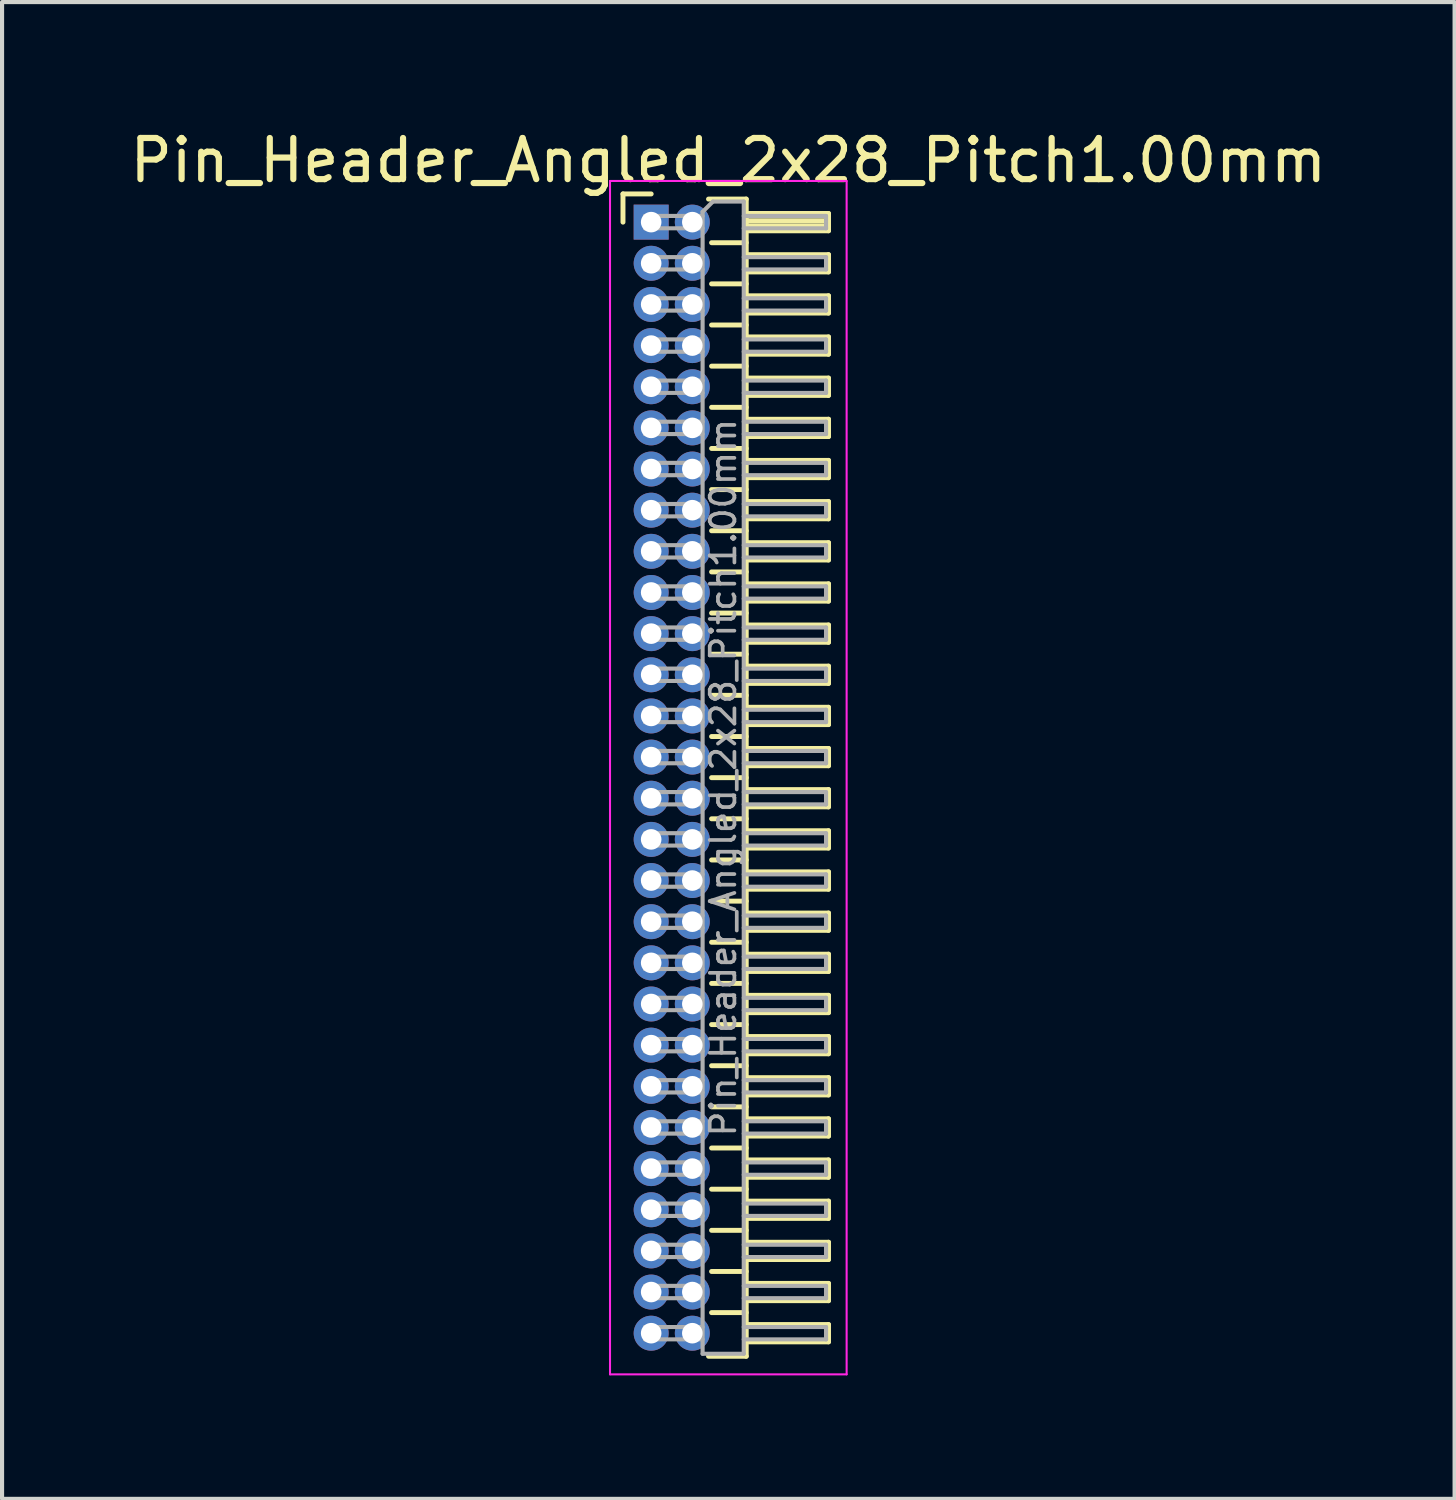
<source format=kicad_pcb>
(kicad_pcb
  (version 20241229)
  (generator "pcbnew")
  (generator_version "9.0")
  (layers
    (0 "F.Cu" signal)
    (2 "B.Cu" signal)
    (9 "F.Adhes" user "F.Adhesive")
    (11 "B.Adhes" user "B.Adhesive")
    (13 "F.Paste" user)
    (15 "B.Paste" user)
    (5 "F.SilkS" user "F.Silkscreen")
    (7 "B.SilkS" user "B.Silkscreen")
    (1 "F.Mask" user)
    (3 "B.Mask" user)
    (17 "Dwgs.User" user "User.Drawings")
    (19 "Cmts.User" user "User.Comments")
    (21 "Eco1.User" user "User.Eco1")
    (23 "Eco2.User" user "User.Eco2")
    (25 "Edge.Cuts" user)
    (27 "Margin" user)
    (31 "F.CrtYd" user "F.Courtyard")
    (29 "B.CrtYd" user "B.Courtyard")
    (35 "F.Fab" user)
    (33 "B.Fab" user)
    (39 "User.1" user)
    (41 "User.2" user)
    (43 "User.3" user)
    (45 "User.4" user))
  (footprint "Pin_Header_Angled_2x28_Pitch1.00mm"
    (layer "F.Cu")
    (at 12.774 2.348)
    (property "Reference" "Pin_Header_Angled_2x28_Pitch1.00mm" (at 1.875 -1.5 0) (layer "F.SilkS") (effects (font (size 1 1) (thickness 0.15))))
    (attr through_hole)
    (fp_line (start -0.685 -0.685) (end 0 -0.685) (stroke (width 0.12) (type solid)) (layer "F.SilkS"))
    (fp_line (start -0.685 0) (end -0.685 -0.685) (stroke (width 0.12) (type solid)) (layer "F.SilkS"))
    (fp_line (start 1.394 -0.56) (end 2.31 -0.56) (stroke (width 0.12) (type solid)) (layer "F.SilkS"))
    (fp_line (start 1.468 0.5) (end 2.31 0.5) (stroke (width 0.12) (type solid)) (layer "F.SilkS"))
    (fp_line (start 1.468 1.5) (end 2.31 1.5) (stroke (width 0.12) (type solid)) (layer "F.SilkS"))
    (fp_line (start 1.468 2.5) (end 2.31 2.5) (stroke (width 0.12) (type solid)) (layer "F.SilkS"))
    (fp_line (start 1.468 3.5) (end 2.31 3.5) (stroke (width 0.12) (type solid)) (layer "F.SilkS"))
    (fp_line (start 1.468 4.5) (end 2.31 4.5) (stroke (width 0.12) (type solid)) (layer "F.SilkS"))
    (fp_line (start 1.468 5.5) (end 2.31 5.5) (stroke (width 0.12) (type solid)) (layer "F.SilkS"))
    (fp_line (start 1.468 6.5) (end 2.31 6.5) (stroke (width 0.12) (type solid)) (layer "F.SilkS"))
    (fp_line (start 1.468 7.5) (end 2.31 7.5) (stroke (width 0.12) (type solid)) (layer "F.SilkS"))
    (fp_line (start 1.468 8.5) (end 2.31 8.5) (stroke (width 0.12) (type solid)) (layer "F.SilkS"))
    (fp_line (start 1.468 9.5) (end 2.31 9.5) (stroke (width 0.12) (type solid)) (layer "F.SilkS"))
    (fp_line (start 1.468 10.5) (end 2.31 10.5) (stroke (width 0.12) (type solid)) (layer "F.SilkS"))
    (fp_line (start 1.468 11.5) (end 2.31 11.5) (stroke (width 0.12) (type solid)) (layer "F.SilkS"))
    (fp_line (start 1.468 12.5) (end 2.31 12.5) (stroke (width 0.12) (type solid)) (layer "F.SilkS"))
    (fp_line (start 1.468 13.5) (end 2.31 13.5) (stroke (width 0.12) (type solid)) (layer "F.SilkS"))
    (fp_line (start 1.468 14.5) (end 2.31 14.5) (stroke (width 0.12) (type solid)) (layer "F.SilkS"))
    (fp_line (start 1.468 15.5) (end 2.31 15.5) (stroke (width 0.12) (type solid)) (layer "F.SilkS"))
    (fp_line (start 1.468 16.5) (end 2.31 16.5) (stroke (width 0.12) (type solid)) (layer "F.SilkS"))
    (fp_line (start 1.468 17.5) (end 2.31 17.5) (stroke (width 0.12) (type solid)) (layer "F.SilkS"))
    (fp_line (start 1.468 18.5) (end 2.31 18.5) (stroke (width 0.12) (type solid)) (layer "F.SilkS"))
    (fp_line (start 1.468 19.5) (end 2.31 19.5) (stroke (width 0.12) (type solid)) (layer "F.SilkS"))
    (fp_line (start 1.468 20.5) (end 2.31 20.5) (stroke (width 0.12) (type solid)) (layer "F.SilkS"))
    (fp_line (start 1.468 21.5) (end 2.31 21.5) (stroke (width 0.12) (type solid)) (layer "F.SilkS"))
    (fp_line (start 1.468 22.5) (end 2.31 22.5) (stroke (width 0.12) (type solid)) (layer "F.SilkS"))
    (fp_line (start 1.468 23.5) (end 2.31 23.5) (stroke (width 0.12) (type solid)) (layer "F.SilkS"))
    (fp_line (start 1.468 24.5) (end 2.31 24.5) (stroke (width 0.12) (type solid)) (layer "F.SilkS"))
    (fp_line (start 1.468 25.5) (end 2.31 25.5) (stroke (width 0.12) (type solid)) (layer "F.SilkS"))
    (fp_line (start 1.468 26.5) (end 2.31 26.5) (stroke (width 0.12) (type solid)) (layer "F.SilkS"))
    (fp_line (start 2.31 -0.56) (end 2.31 27.56) (stroke (width 0.12) (type solid)) (layer "F.SilkS"))
    (fp_line (start 2.31 -0.21) (end 4.31 -0.21) (stroke (width 0.12) (type solid)) (layer "F.SilkS"))
    (fp_line (start 2.31 -0.15) (end 4.31 -0.15) (stroke (width 0.12) (type solid)) (layer "F.SilkS"))
    (fp_line (start 2.31 -0.03) (end 4.31 -0.03) (stroke (width 0.12) (type solid)) (layer "F.SilkS"))
    (fp_line (start 2.31 0.09) (end 4.31 0.09) (stroke (width 0.12) (type solid)) (layer "F.SilkS"))
    (fp_line (start 2.31 0.79) (end 4.31 0.79) (stroke (width 0.12) (type solid)) (layer "F.SilkS"))
    (fp_line (start 2.31 1.79) (end 4.31 1.79) (stroke (width 0.12) (type solid)) (layer "F.SilkS"))
    (fp_line (start 2.31 2.79) (end 4.31 2.79) (stroke (width 0.12) (type solid)) (layer "F.SilkS"))
    (fp_line (start 2.31 3.79) (end 4.31 3.79) (stroke (width 0.12) (type solid)) (layer "F.SilkS"))
    (fp_line (start 2.31 4.79) (end 4.31 4.79) (stroke (width 0.12) (type solid)) (layer "F.SilkS"))
    (fp_line (start 2.31 5.79) (end 4.31 5.79) (stroke (width 0.12) (type solid)) (layer "F.SilkS"))
    (fp_line (start 2.31 6.79) (end 4.31 6.79) (stroke (width 0.12) (type solid)) (layer "F.SilkS"))
    (fp_line (start 2.31 7.79) (end 4.31 7.79) (stroke (width 0.12) (type solid)) (layer "F.SilkS"))
    (fp_line (start 2.31 8.79) (end 4.31 8.79) (stroke (width 0.12) (type solid)) (layer "F.SilkS"))
    (fp_line (start 2.31 9.79) (end 4.31 9.79) (stroke (width 0.12) (type solid)) (layer "F.SilkS"))
    (fp_line (start 2.31 10.79) (end 4.31 10.79) (stroke (width 0.12) (type solid)) (layer "F.SilkS"))
    (fp_line (start 2.31 11.79) (end 4.31 11.79) (stroke (width 0.12) (type solid)) (layer "F.SilkS"))
    (fp_line (start 2.31 12.79) (end 4.31 12.79) (stroke (width 0.12) (type solid)) (layer "F.SilkS"))
    (fp_line (start 2.31 13.79) (end 4.31 13.79) (stroke (width 0.12) (type solid)) (layer "F.SilkS"))
    (fp_line (start 2.31 14.79) (end 4.31 14.79) (stroke (width 0.12) (type solid)) (layer "F.SilkS"))
    (fp_line (start 2.31 15.79) (end 4.31 15.79) (stroke (width 0.12) (type solid)) (layer "F.SilkS"))
    (fp_line (start 2.31 16.79) (end 4.31 16.79) (stroke (width 0.12) (type solid)) (layer "F.SilkS"))
    (fp_line (start 2.31 17.79) (end 4.31 17.79) (stroke (width 0.12) (type solid)) (layer "F.SilkS"))
    (fp_line (start 2.31 18.79) (end 4.31 18.79) (stroke (width 0.12) (type solid)) (layer "F.SilkS"))
    (fp_line (start 2.31 19.79) (end 4.31 19.79) (stroke (width 0.12) (type solid)) (layer "F.SilkS"))
    (fp_line (start 2.31 20.79) (end 4.31 20.79) (stroke (width 0.12) (type solid)) (layer "F.SilkS"))
    (fp_line (start 2.31 21.79) (end 4.31 21.79) (stroke (width 0.12) (type solid)) (layer "F.SilkS"))
    (fp_line (start 2.31 22.79) (end 4.31 22.79) (stroke (width 0.12) (type solid)) (layer "F.SilkS"))
    (fp_line (start 2.31 23.79) (end 4.31 23.79) (stroke (width 0.12) (type solid)) (layer "F.SilkS"))
    (fp_line (start 2.31 24.79) (end 4.31 24.79) (stroke (width 0.12) (type solid)) (layer "F.SilkS"))
    (fp_line (start 2.31 25.79) (end 4.31 25.79) (stroke (width 0.12) (type solid)) (layer "F.SilkS"))
    (fp_line (start 2.31 26.79) (end 4.31 26.79) (stroke (width 0.12) (type solid)) (layer "F.SilkS"))
    (fp_line (start 2.31 27.56) (end 1.394 27.56) (stroke (width 0.12) (type solid)) (layer "F.SilkS"))
    (fp_line (start 4.31 -0.21) (end 4.31 0.21) (stroke (width 0.12) (type solid)) (layer "F.SilkS"))
    (fp_line (start 4.31 0.21) (end 2.31 0.21) (stroke (width 0.12) (type solid)) (layer "F.SilkS"))
    (fp_line (start 4.31 0.79) (end 4.31 1.21) (stroke (width 0.12) (type solid)) (layer "F.SilkS"))
    (fp_line (start 4.31 1.21) (end 2.31 1.21) (stroke (width 0.12) (type solid)) (layer "F.SilkS"))
    (fp_line (start 4.31 1.79) (end 4.31 2.21) (stroke (width 0.12) (type solid)) (layer "F.SilkS"))
    (fp_line (start 4.31 2.21) (end 2.31 2.21) (stroke (width 0.12) (type solid)) (layer "F.SilkS"))
    (fp_line (start 4.31 2.79) (end 4.31 3.21) (stroke (width 0.12) (type solid)) (layer "F.SilkS"))
    (fp_line (start 4.31 3.21) (end 2.31 3.21) (stroke (width 0.12) (type solid)) (layer "F.SilkS"))
    (fp_line (start 4.31 3.79) (end 4.31 4.21) (stroke (width 0.12) (type solid)) (layer "F.SilkS"))
    (fp_line (start 4.31 4.21) (end 2.31 4.21) (stroke (width 0.12) (type solid)) (layer "F.SilkS"))
    (fp_line (start 4.31 4.79) (end 4.31 5.21) (stroke (width 0.12) (type solid)) (layer "F.SilkS"))
    (fp_line (start 4.31 5.21) (end 2.31 5.21) (stroke (width 0.12) (type solid)) (layer "F.SilkS"))
    (fp_line (start 4.31 5.79) (end 4.31 6.21) (stroke (width 0.12) (type solid)) (layer "F.SilkS"))
    (fp_line (start 4.31 6.21) (end 2.31 6.21) (stroke (width 0.12) (type solid)) (layer "F.SilkS"))
    (fp_line (start 4.31 6.79) (end 4.31 7.21) (stroke (width 0.12) (type solid)) (layer "F.SilkS"))
    (fp_line (start 4.31 7.21) (end 2.31 7.21) (stroke (width 0.12) (type solid)) (layer "F.SilkS"))
    (fp_line (start 4.31 7.79) (end 4.31 8.21) (stroke (width 0.12) (type solid)) (layer "F.SilkS"))
    (fp_line (start 4.31 8.21) (end 2.31 8.21) (stroke (width 0.12) (type solid)) (layer "F.SilkS"))
    (fp_line (start 4.31 8.79) (end 4.31 9.21) (stroke (width 0.12) (type solid)) (layer "F.SilkS"))
    (fp_line (start 4.31 9.21) (end 2.31 9.21) (stroke (width 0.12) (type solid)) (layer "F.SilkS"))
    (fp_line (start 4.31 9.79) (end 4.31 10.21) (stroke (width 0.12) (type solid)) (layer "F.SilkS"))
    (fp_line (start 4.31 10.21) (end 2.31 10.21) (stroke (width 0.12) (type solid)) (layer "F.SilkS"))
    (fp_line (start 4.31 10.79) (end 4.31 11.21) (stroke (width 0.12) (type solid)) (layer "F.SilkS"))
    (fp_line (start 4.31 11.21) (end 2.31 11.21) (stroke (width 0.12) (type solid)) (layer "F.SilkS"))
    (fp_line (start 4.31 11.79) (end 4.31 12.21) (stroke (width 0.12) (type solid)) (layer "F.SilkS"))
    (fp_line (start 4.31 12.21) (end 2.31 12.21) (stroke (width 0.12) (type solid)) (layer "F.SilkS"))
    (fp_line (start 4.31 12.79) (end 4.31 13.21) (stroke (width 0.12) (type solid)) (layer "F.SilkS"))
    (fp_line (start 4.31 13.21) (end 2.31 13.21) (stroke (width 0.12) (type solid)) (layer "F.SilkS"))
    (fp_line (start 4.31 13.79) (end 4.31 14.21) (stroke (width 0.12) (type solid)) (layer "F.SilkS"))
    (fp_line (start 4.31 14.21) (end 2.31 14.21) (stroke (width 0.12) (type solid)) (layer "F.SilkS"))
    (fp_line (start 4.31 14.79) (end 4.31 15.21) (stroke (width 0.12) (type solid)) (layer "F.SilkS"))
    (fp_line (start 4.31 15.21) (end 2.31 15.21) (stroke (width 0.12) (type solid)) (layer "F.SilkS"))
    (fp_line (start 4.31 15.79) (end 4.31 16.21) (stroke (width 0.12) (type solid)) (layer "F.SilkS"))
    (fp_line (start 4.31 16.21) (end 2.31 16.21) (stroke (width 0.12) (type solid)) (layer "F.SilkS"))
    (fp_line (start 4.31 16.79) (end 4.31 17.21) (stroke (width 0.12) (type solid)) (layer "F.SilkS"))
    (fp_line (start 4.31 17.21) (end 2.31 17.21) (stroke (width 0.12) (type solid)) (layer "F.SilkS"))
    (fp_line (start 4.31 17.79) (end 4.31 18.21) (stroke (width 0.12) (type solid)) (layer "F.SilkS"))
    (fp_line (start 4.31 18.21) (end 2.31 18.21) (stroke (width 0.12) (type solid)) (layer "F.SilkS"))
    (fp_line (start 4.31 18.79) (end 4.31 19.21) (stroke (width 0.12) (type solid)) (layer "F.SilkS"))
    (fp_line (start 4.31 19.21) (end 2.31 19.21) (stroke (width 0.12) (type solid)) (layer "F.SilkS"))
    (fp_line (start 4.31 19.79) (end 4.31 20.21) (stroke (width 0.12) (type solid)) (layer "F.SilkS"))
    (fp_line (start 4.31 20.21) (end 2.31 20.21) (stroke (width 0.12) (type solid)) (layer "F.SilkS"))
    (fp_line (start 4.31 20.79) (end 4.31 21.21) (stroke (width 0.12) (type solid)) (layer "F.SilkS"))
    (fp_line (start 4.31 21.21) (end 2.31 21.21) (stroke (width 0.12) (type solid)) (layer "F.SilkS"))
    (fp_line (start 4.31 21.79) (end 4.31 22.21) (stroke (width 0.12) (type solid)) (layer "F.SilkS"))
    (fp_line (start 4.31 22.21) (end 2.31 22.21) (stroke (width 0.12) (type solid)) (layer "F.SilkS"))
    (fp_line (start 4.31 22.79) (end 4.31 23.21) (stroke (width 0.12) (type solid)) (layer "F.SilkS"))
    (fp_line (start 4.31 23.21) (end 2.31 23.21) (stroke (width 0.12) (type solid)) (layer "F.SilkS"))
    (fp_line (start 4.31 23.79) (end 4.31 24.21) (stroke (width 0.12) (type solid)) (layer "F.SilkS"))
    (fp_line (start 4.31 24.21) (end 2.31 24.21) (stroke (width 0.12) (type solid)) (layer "F.SilkS"))
    (fp_line (start 4.31 24.79) (end 4.31 25.21) (stroke (width 0.12) (type solid)) (layer "F.SilkS"))
    (fp_line (start 4.31 25.21) (end 2.31 25.21) (stroke (width 0.12) (type solid)) (layer "F.SilkS"))
    (fp_line (start 4.31 25.79) (end 4.31 26.21) (stroke (width 0.12) (type solid)) (layer "F.SilkS"))
    (fp_line (start 4.31 26.21) (end 2.31 26.21) (stroke (width 0.12) (type solid)) (layer "F.SilkS"))
    (fp_line (start 4.31 26.79) (end 4.31 27.21) (stroke (width 0.12) (type solid)) (layer "F.SilkS"))
    (fp_line (start 4.31 27.21) (end 2.31 27.21) (stroke (width 0.12) (type solid)) (layer "F.SilkS"))
    (fp_line (start -1 -1) (end -1 28) (stroke (width 0.05) (type solid)) (layer "F.CrtYd"))
    (fp_line (start -1 28) (end 4.75 28) (stroke (width 0.05) (type solid)) (layer "F.CrtYd"))
    (fp_line (start 4.75 -1) (end -1 -1) (stroke (width 0.05) (type solid)) (layer "F.CrtYd"))
    (fp_line (start 4.75 28) (end 4.75 -1) (stroke (width 0.05) (type solid)) (layer "F.CrtYd"))
    (fp_line (start -0.15 -0.15) (end -0.15 0.15) (stroke (width 0.1) (type solid)) (layer "F.Fab"))
    (fp_line (start -0.15 -0.15) (end 1.25 -0.15) (stroke (width 0.1) (type solid)) (layer "F.Fab"))
    (fp_line (start -0.15 0.15) (end 1.25 0.15) (stroke (width 0.1) (type solid)) (layer "F.Fab"))
    (fp_line (start -0.15 0.85) (end -0.15 1.15) (stroke (width 0.1) (type solid)) (layer "F.Fab"))
    (fp_line (start -0.15 0.85) (end 1.25 0.85) (stroke (width 0.1) (type solid)) (layer "F.Fab"))
    (fp_line (start -0.15 1.15) (end 1.25 1.15) (stroke (width 0.1) (type solid)) (layer "F.Fab"))
    (fp_line (start -0.15 1.85) (end -0.15 2.15) (stroke (width 0.1) (type solid)) (layer "F.Fab"))
    (fp_line (start -0.15 1.85) (end 1.25 1.85) (stroke (width 0.1) (type solid)) (layer "F.Fab"))
    (fp_line (start -0.15 2.15) (end 1.25 2.15) (stroke (width 0.1) (type solid)) (layer "F.Fab"))
    (fp_line (start -0.15 2.85) (end -0.15 3.15) (stroke (width 0.1) (type solid)) (layer "F.Fab"))
    (fp_line (start -0.15 2.85) (end 1.25 2.85) (stroke (width 0.1) (type solid)) (layer "F.Fab"))
    (fp_line (start -0.15 3.15) (end 1.25 3.15) (stroke (width 0.1) (type solid)) (layer "F.Fab"))
    (fp_line (start -0.15 3.85) (end -0.15 4.15) (stroke (width 0.1) (type solid)) (layer "F.Fab"))
    (fp_line (start -0.15 3.85) (end 1.25 3.85) (stroke (width 0.1) (type solid)) (layer "F.Fab"))
    (fp_line (start -0.15 4.15) (end 1.25 4.15) (stroke (width 0.1) (type solid)) (layer "F.Fab"))
    (fp_line (start -0.15 4.85) (end -0.15 5.15) (stroke (width 0.1) (type solid)) (layer "F.Fab"))
    (fp_line (start -0.15 4.85) (end 1.25 4.85) (stroke (width 0.1) (type solid)) (layer "F.Fab"))
    (fp_line (start -0.15 5.15) (end 1.25 5.15) (stroke (width 0.1) (type solid)) (layer "F.Fab"))
    (fp_line (start -0.15 5.85) (end -0.15 6.15) (stroke (width 0.1) (type solid)) (layer "F.Fab"))
    (fp_line (start -0.15 5.85) (end 1.25 5.85) (stroke (width 0.1) (type solid)) (layer "F.Fab"))
    (fp_line (start -0.15 6.15) (end 1.25 6.15) (stroke (width 0.1) (type solid)) (layer "F.Fab"))
    (fp_line (start -0.15 6.85) (end -0.15 7.15) (stroke (width 0.1) (type solid)) (layer "F.Fab"))
    (fp_line (start -0.15 6.85) (end 1.25 6.85) (stroke (width 0.1) (type solid)) (layer "F.Fab"))
    (fp_line (start -0.15 7.15) (end 1.25 7.15) (stroke (width 0.1) (type solid)) (layer "F.Fab"))
    (fp_line (start -0.15 7.85) (end -0.15 8.15) (stroke (width 0.1) (type solid)) (layer "F.Fab"))
    (fp_line (start -0.15 7.85) (end 1.25 7.85) (stroke (width 0.1) (type solid)) (layer "F.Fab"))
    (fp_line (start -0.15 8.15) (end 1.25 8.15) (stroke (width 0.1) (type solid)) (layer "F.Fab"))
    (fp_line (start -0.15 8.85) (end -0.15 9.15) (stroke (width 0.1) (type solid)) (layer "F.Fab"))
    (fp_line (start -0.15 8.85) (end 1.25 8.85) (stroke (width 0.1) (type solid)) (layer "F.Fab"))
    (fp_line (start -0.15 9.15) (end 1.25 9.15) (stroke (width 0.1) (type solid)) (layer "F.Fab"))
    (fp_line (start -0.15 9.85) (end -0.15 10.15) (stroke (width 0.1) (type solid)) (layer "F.Fab"))
    (fp_line (start -0.15 9.85) (end 1.25 9.85) (stroke (width 0.1) (type solid)) (layer "F.Fab"))
    (fp_line (start -0.15 10.15) (end 1.25 10.15) (stroke (width 0.1) (type solid)) (layer "F.Fab"))
    (fp_line (start -0.15 10.85) (end -0.15 11.15) (stroke (width 0.1) (type solid)) (layer "F.Fab"))
    (fp_line (start -0.15 10.85) (end 1.25 10.85) (stroke (width 0.1) (type solid)) (layer "F.Fab"))
    (fp_line (start -0.15 11.15) (end 1.25 11.15) (stroke (width 0.1) (type solid)) (layer "F.Fab"))
    (fp_line (start -0.15 11.85) (end -0.15 12.15) (stroke (width 0.1) (type solid)) (layer "F.Fab"))
    (fp_line (start -0.15 11.85) (end 1.25 11.85) (stroke (width 0.1) (type solid)) (layer "F.Fab"))
    (fp_line (start -0.15 12.15) (end 1.25 12.15) (stroke (width 0.1) (type solid)) (layer "F.Fab"))
    (fp_line (start -0.15 12.85) (end -0.15 13.15) (stroke (width 0.1) (type solid)) (layer "F.Fab"))
    (fp_line (start -0.15 12.85) (end 1.25 12.85) (stroke (width 0.1) (type solid)) (layer "F.Fab"))
    (fp_line (start -0.15 13.15) (end 1.25 13.15) (stroke (width 0.1) (type solid)) (layer "F.Fab"))
    (fp_line (start -0.15 13.85) (end -0.15 14.15) (stroke (width 0.1) (type solid)) (layer "F.Fab"))
    (fp_line (start -0.15 13.85) (end 1.25 13.85) (stroke (width 0.1) (type solid)) (layer "F.Fab"))
    (fp_line (start -0.15 14.15) (end 1.25 14.15) (stroke (width 0.1) (type solid)) (layer "F.Fab"))
    (fp_line (start -0.15 14.85) (end -0.15 15.15) (stroke (width 0.1) (type solid)) (layer "F.Fab"))
    (fp_line (start -0.15 14.85) (end 1.25 14.85) (stroke (width 0.1) (type solid)) (layer "F.Fab"))
    (fp_line (start -0.15 15.15) (end 1.25 15.15) (stroke (width 0.1) (type solid)) (layer "F.Fab"))
    (fp_line (start -0.15 15.85) (end -0.15 16.15) (stroke (width 0.1) (type solid)) (layer "F.Fab"))
    (fp_line (start -0.15 15.85) (end 1.25 15.85) (stroke (width 0.1) (type solid)) (layer "F.Fab"))
    (fp_line (start -0.15 16.15) (end 1.25 16.15) (stroke (width 0.1) (type solid)) (layer "F.Fab"))
    (fp_line (start -0.15 16.85) (end -0.15 17.15) (stroke (width 0.1) (type solid)) (layer "F.Fab"))
    (fp_line (start -0.15 16.85) (end 1.25 16.85) (stroke (width 0.1) (type solid)) (layer "F.Fab"))
    (fp_line (start -0.15 17.15) (end 1.25 17.15) (stroke (width 0.1) (type solid)) (layer "F.Fab"))
    (fp_line (start -0.15 17.85) (end -0.15 18.15) (stroke (width 0.1) (type solid)) (layer "F.Fab"))
    (fp_line (start -0.15 17.85) (end 1.25 17.85) (stroke (width 0.1) (type solid)) (layer "F.Fab"))
    (fp_line (start -0.15 18.15) (end 1.25 18.15) (stroke (width 0.1) (type solid)) (layer "F.Fab"))
    (fp_line (start -0.15 18.85) (end -0.15 19.15) (stroke (width 0.1) (type solid)) (layer "F.Fab"))
    (fp_line (start -0.15 18.85) (end 1.25 18.85) (stroke (width 0.1) (type solid)) (layer "F.Fab"))
    (fp_line (start -0.15 19.15) (end 1.25 19.15) (stroke (width 0.1) (type solid)) (layer "F.Fab"))
    (fp_line (start -0.15 19.85) (end -0.15 20.15) (stroke (width 0.1) (type solid)) (layer "F.Fab"))
    (fp_line (start -0.15 19.85) (end 1.25 19.85) (stroke (width 0.1) (type solid)) (layer "F.Fab"))
    (fp_line (start -0.15 20.15) (end 1.25 20.15) (stroke (width 0.1) (type solid)) (layer "F.Fab"))
    (fp_line (start -0.15 20.85) (end -0.15 21.15) (stroke (width 0.1) (type solid)) (layer "F.Fab"))
    (fp_line (start -0.15 20.85) (end 1.25 20.85) (stroke (width 0.1) (type solid)) (layer "F.Fab"))
    (fp_line (start -0.15 21.15) (end 1.25 21.15) (stroke (width 0.1) (type solid)) (layer "F.Fab"))
    (fp_line (start -0.15 21.85) (end -0.15 22.15) (stroke (width 0.1) (type solid)) (layer "F.Fab"))
    (fp_line (start -0.15 21.85) (end 1.25 21.85) (stroke (width 0.1) (type solid)) (layer "F.Fab"))
    (fp_line (start -0.15 22.15) (end 1.25 22.15) (stroke (width 0.1) (type solid)) (layer "F.Fab"))
    (fp_line (start -0.15 22.85) (end -0.15 23.15) (stroke (width 0.1) (type solid)) (layer "F.Fab"))
    (fp_line (start -0.15 22.85) (end 1.25 22.85) (stroke (width 0.1) (type solid)) (layer "F.Fab"))
    (fp_line (start -0.15 23.15) (end 1.25 23.15) (stroke (width 0.1) (type solid)) (layer "F.Fab"))
    (fp_line (start -0.15 23.85) (end -0.15 24.15) (stroke (width 0.1) (type solid)) (layer "F.Fab"))
    (fp_line (start -0.15 23.85) (end 1.25 23.85) (stroke (width 0.1) (type solid)) (layer "F.Fab"))
    (fp_line (start -0.15 24.15) (end 1.25 24.15) (stroke (width 0.1) (type solid)) (layer "F.Fab"))
    (fp_line (start -0.15 24.85) (end -0.15 25.15) (stroke (width 0.1) (type solid)) (layer "F.Fab"))
    (fp_line (start -0.15 24.85) (end 1.25 24.85) (stroke (width 0.1) (type solid)) (layer "F.Fab"))
    (fp_line (start -0.15 25.15) (end 1.25 25.15) (stroke (width 0.1) (type solid)) (layer "F.Fab"))
    (fp_line (start -0.15 25.85) (end -0.15 26.15) (stroke (width 0.1) (type solid)) (layer "F.Fab"))
    (fp_line (start -0.15 25.85) (end 1.25 25.85) (stroke (width 0.1) (type solid)) (layer "F.Fab"))
    (fp_line (start -0.15 26.15) (end 1.25 26.15) (stroke (width 0.1) (type solid)) (layer "F.Fab"))
    (fp_line (start -0.15 26.85) (end -0.15 27.15) (stroke (width 0.1) (type solid)) (layer "F.Fab"))
    (fp_line (start -0.15 26.85) (end 1.25 26.85) (stroke (width 0.1) (type solid)) (layer "F.Fab"))
    (fp_line (start -0.15 27.15) (end 1.25 27.15) (stroke (width 0.1) (type solid)) (layer "F.Fab"))
    (fp_line (start 1.25 -0.25) (end 1.5 -0.5) (stroke (width 0.1) (type solid)) (layer "F.Fab"))
    (fp_line (start 1.25 27.5) (end 1.25 -0.25) (stroke (width 0.1) (type solid)) (layer "F.Fab"))
    (fp_line (start 1.5 -0.5) (end 2.25 -0.5) (stroke (width 0.1) (type solid)) (layer "F.Fab"))
    (fp_line (start 2.25 -0.5) (end 2.25 27.5) (stroke (width 0.1) (type solid)) (layer "F.Fab"))
    (fp_line (start 2.25 -0.15) (end 4.25 -0.15) (stroke (width 0.1) (type solid)) (layer "F.Fab"))
    (fp_line (start 2.25 0.15) (end 4.25 0.15) (stroke (width 0.1) (type solid)) (layer "F.Fab"))
    (fp_line (start 2.25 0.85) (end 4.25 0.85) (stroke (width 0.1) (type solid)) (layer "F.Fab"))
    (fp_line (start 2.25 1.15) (end 4.25 1.15) (stroke (width 0.1) (type solid)) (layer "F.Fab"))
    (fp_line (start 2.25 1.85) (end 4.25 1.85) (stroke (width 0.1) (type solid)) (layer "F.Fab"))
    (fp_line (start 2.25 2.15) (end 4.25 2.15) (stroke (width 0.1) (type solid)) (layer "F.Fab"))
    (fp_line (start 2.25 2.85) (end 4.25 2.85) (stroke (width 0.1) (type solid)) (layer "F.Fab"))
    (fp_line (start 2.25 3.15) (end 4.25 3.15) (stroke (width 0.1) (type solid)) (layer "F.Fab"))
    (fp_line (start 2.25 3.85) (end 4.25 3.85) (stroke (width 0.1) (type solid)) (layer "F.Fab"))
    (fp_line (start 2.25 4.15) (end 4.25 4.15) (stroke (width 0.1) (type solid)) (layer "F.Fab"))
    (fp_line (start 2.25 4.85) (end 4.25 4.85) (stroke (width 0.1) (type solid)) (layer "F.Fab"))
    (fp_line (start 2.25 5.15) (end 4.25 5.15) (stroke (width 0.1) (type solid)) (layer "F.Fab"))
    (fp_line (start 2.25 5.85) (end 4.25 5.85) (stroke (width 0.1) (type solid)) (layer "F.Fab"))
    (fp_line (start 2.25 6.15) (end 4.25 6.15) (stroke (width 0.1) (type solid)) (layer "F.Fab"))
    (fp_line (start 2.25 6.85) (end 4.25 6.85) (stroke (width 0.1) (type solid)) (layer "F.Fab"))
    (fp_line (start 2.25 7.15) (end 4.25 7.15) (stroke (width 0.1) (type solid)) (layer "F.Fab"))
    (fp_line (start 2.25 7.85) (end 4.25 7.85) (stroke (width 0.1) (type solid)) (layer "F.Fab"))
    (fp_line (start 2.25 8.15) (end 4.25 8.15) (stroke (width 0.1) (type solid)) (layer "F.Fab"))
    (fp_line (start 2.25 8.85) (end 4.25 8.85) (stroke (width 0.1) (type solid)) (layer "F.Fab"))
    (fp_line (start 2.25 9.15) (end 4.25 9.15) (stroke (width 0.1) (type solid)) (layer "F.Fab"))
    (fp_line (start 2.25 9.85) (end 4.25 9.85) (stroke (width 0.1) (type solid)) (layer "F.Fab"))
    (fp_line (start 2.25 10.15) (end 4.25 10.15) (stroke (width 0.1) (type solid)) (layer "F.Fab"))
    (fp_line (start 2.25 10.85) (end 4.25 10.85) (stroke (width 0.1) (type solid)) (layer "F.Fab"))
    (fp_line (start 2.25 11.15) (end 4.25 11.15) (stroke (width 0.1) (type solid)) (layer "F.Fab"))
    (fp_line (start 2.25 11.85) (end 4.25 11.85) (stroke (width 0.1) (type solid)) (layer "F.Fab"))
    (fp_line (start 2.25 12.15) (end 4.25 12.15) (stroke (width 0.1) (type solid)) (layer "F.Fab"))
    (fp_line (start 2.25 12.85) (end 4.25 12.85) (stroke (width 0.1) (type solid)) (layer "F.Fab"))
    (fp_line (start 2.25 13.15) (end 4.25 13.15) (stroke (width 0.1) (type solid)) (layer "F.Fab"))
    (fp_line (start 2.25 13.85) (end 4.25 13.85) (stroke (width 0.1) (type solid)) (layer "F.Fab"))
    (fp_line (start 2.25 14.15) (end 4.25 14.15) (stroke (width 0.1) (type solid)) (layer "F.Fab"))
    (fp_line (start 2.25 14.85) (end 4.25 14.85) (stroke (width 0.1) (type solid)) (layer "F.Fab"))
    (fp_line (start 2.25 15.15) (end 4.25 15.15) (stroke (width 0.1) (type solid)) (layer "F.Fab"))
    (fp_line (start 2.25 15.85) (end 4.25 15.85) (stroke (width 0.1) (type solid)) (layer "F.Fab"))
    (fp_line (start 2.25 16.15) (end 4.25 16.15) (stroke (width 0.1) (type solid)) (layer "F.Fab"))
    (fp_line (start 2.25 16.85) (end 4.25 16.85) (stroke (width 0.1) (type solid)) (layer "F.Fab"))
    (fp_line (start 2.25 17.15) (end 4.25 17.15) (stroke (width 0.1) (type solid)) (layer "F.Fab"))
    (fp_line (start 2.25 17.85) (end 4.25 17.85) (stroke (width 0.1) (type solid)) (layer "F.Fab"))
    (fp_line (start 2.25 18.15) (end 4.25 18.15) (stroke (width 0.1) (type solid)) (layer "F.Fab"))
    (fp_line (start 2.25 18.85) (end 4.25 18.85) (stroke (width 0.1) (type solid)) (layer "F.Fab"))
    (fp_line (start 2.25 19.15) (end 4.25 19.15) (stroke (width 0.1) (type solid)) (layer "F.Fab"))
    (fp_line (start 2.25 19.85) (end 4.25 19.85) (stroke (width 0.1) (type solid)) (layer "F.Fab"))
    (fp_line (start 2.25 20.15) (end 4.25 20.15) (stroke (width 0.1) (type solid)) (layer "F.Fab"))
    (fp_line (start 2.25 20.85) (end 4.25 20.85) (stroke (width 0.1) (type solid)) (layer "F.Fab"))
    (fp_line (start 2.25 21.15) (end 4.25 21.15) (stroke (width 0.1) (type solid)) (layer "F.Fab"))
    (fp_line (start 2.25 21.85) (end 4.25 21.85) (stroke (width 0.1) (type solid)) (layer "F.Fab"))
    (fp_line (start 2.25 22.15) (end 4.25 22.15) (stroke (width 0.1) (type solid)) (layer "F.Fab"))
    (fp_line (start 2.25 22.85) (end 4.25 22.85) (stroke (width 0.1) (type solid)) (layer "F.Fab"))
    (fp_line (start 2.25 23.15) (end 4.25 23.15) (stroke (width 0.1) (type solid)) (layer "F.Fab"))
    (fp_line (start 2.25 23.85) (end 4.25 23.85) (stroke (width 0.1) (type solid)) (layer "F.Fab"))
    (fp_line (start 2.25 24.15) (end 4.25 24.15) (stroke (width 0.1) (type solid)) (layer "F.Fab"))
    (fp_line (start 2.25 24.85) (end 4.25 24.85) (stroke (width 0.1) (type solid)) (layer "F.Fab"))
    (fp_line (start 2.25 25.15) (end 4.25 25.15) (stroke (width 0.1) (type solid)) (layer "F.Fab"))
    (fp_line (start 2.25 25.85) (end 4.25 25.85) (stroke (width 0.1) (type solid)) (layer "F.Fab"))
    (fp_line (start 2.25 26.15) (end 4.25 26.15) (stroke (width 0.1) (type solid)) (layer "F.Fab"))
    (fp_line (start 2.25 26.85) (end 4.25 26.85) (stroke (width 0.1) (type solid)) (layer "F.Fab"))
    (fp_line (start 2.25 27.15) (end 4.25 27.15) (stroke (width 0.1) (type solid)) (layer "F.Fab"))
    (fp_line (start 2.25 27.5) (end 1.25 27.5) (stroke (width 0.1) (type solid)) (layer "F.Fab"))
    (fp_line (start 4.25 -0.15) (end 4.25 0.15) (stroke (width 0.1) (type solid)) (layer "F.Fab"))
    (fp_line (start 4.25 0.85) (end 4.25 1.15) (stroke (width 0.1) (type solid)) (layer "F.Fab"))
    (fp_line (start 4.25 1.85) (end 4.25 2.15) (stroke (width 0.1) (type solid)) (layer "F.Fab"))
    (fp_line (start 4.25 2.85) (end 4.25 3.15) (stroke (width 0.1) (type solid)) (layer "F.Fab"))
    (fp_line (start 4.25 3.85) (end 4.25 4.15) (stroke (width 0.1) (type solid)) (layer "F.Fab"))
    (fp_line (start 4.25 4.85) (end 4.25 5.15) (stroke (width 0.1) (type solid)) (layer "F.Fab"))
    (fp_line (start 4.25 5.85) (end 4.25 6.15) (stroke (width 0.1) (type solid)) (layer "F.Fab"))
    (fp_line (start 4.25 6.85) (end 4.25 7.15) (stroke (width 0.1) (type solid)) (layer "F.Fab"))
    (fp_line (start 4.25 7.85) (end 4.25 8.15) (stroke (width 0.1) (type solid)) (layer "F.Fab"))
    (fp_line (start 4.25 8.85) (end 4.25 9.15) (stroke (width 0.1) (type solid)) (layer "F.Fab"))
    (fp_line (start 4.25 9.85) (end 4.25 10.15) (stroke (width 0.1) (type solid)) (layer "F.Fab"))
    (fp_line (start 4.25 10.85) (end 4.25 11.15) (stroke (width 0.1) (type solid)) (layer "F.Fab"))
    (fp_line (start 4.25 11.85) (end 4.25 12.15) (stroke (width 0.1) (type solid)) (layer "F.Fab"))
    (fp_line (start 4.25 12.85) (end 4.25 13.15) (stroke (width 0.1) (type solid)) (layer "F.Fab"))
    (fp_line (start 4.25 13.85) (end 4.25 14.15) (stroke (width 0.1) (type solid)) (layer "F.Fab"))
    (fp_line (start 4.25 14.85) (end 4.25 15.15) (stroke (width 0.1) (type solid)) (layer "F.Fab"))
    (fp_line (start 4.25 15.85) (end 4.25 16.15) (stroke (width 0.1) (type solid)) (layer "F.Fab"))
    (fp_line (start 4.25 16.85) (end 4.25 17.15) (stroke (width 0.1) (type solid)) (layer "F.Fab"))
    (fp_line (start 4.25 17.85) (end 4.25 18.15) (stroke (width 0.1) (type solid)) (layer "F.Fab"))
    (fp_line (start 4.25 18.85) (end 4.25 19.15) (stroke (width 0.1) (type solid)) (layer "F.Fab"))
    (fp_line (start 4.25 19.85) (end 4.25 20.15) (stroke (width 0.1) (type solid)) (layer "F.Fab"))
    (fp_line (start 4.25 20.85) (end 4.25 21.15) (stroke (width 0.1) (type solid)) (layer "F.Fab"))
    (fp_line (start 4.25 21.85) (end 4.25 22.15) (stroke (width 0.1) (type solid)) (layer "F.Fab"))
    (fp_line (start 4.25 22.85) (end 4.25 23.15) (stroke (width 0.1) (type solid)) (layer "F.Fab"))
    (fp_line (start 4.25 23.85) (end 4.25 24.15) (stroke (width 0.1) (type solid)) (layer "F.Fab"))
    (fp_line (start 4.25 24.85) (end 4.25 25.15) (stroke (width 0.1) (type solid)) (layer "F.Fab"))
    (fp_line (start 4.25 25.85) (end 4.25 26.15) (stroke (width 0.1) (type solid)) (layer "F.Fab"))
    (fp_line (start 4.25 26.85) (end 4.25 27.15) (stroke (width 0.1) (type solid)) (layer "F.Fab"))
    (fp_text user "${REFERENCE}" (at 1.75 13.5 90) (layer "F.Fab") (effects (font (size 0.6 0.6) (thickness 0.09))))
    (pad "1" thru_hole rect (at 0 0) (size 0.85 0.85) (drill 0.5) (layers "*.Cu" "*.Mask"))
    (pad "2" thru_hole oval (at 1 0) (size 0.85 0.85) (drill 0.5) (layers "*.Cu" "*.Mask"))
    (pad "3" thru_hole oval (at 0 1) (size 0.85 0.85) (drill 0.5) (layers "*.Cu" "*.Mask"))
    (pad "4" thru_hole oval (at 1 1) (size 0.85 0.85) (drill 0.5) (layers "*.Cu" "*.Mask"))
    (pad "5" thru_hole oval (at 0 2) (size 0.85 0.85) (drill 0.5) (layers "*.Cu" "*.Mask"))
    (pad "6" thru_hole oval (at 1 2) (size 0.85 0.85) (drill 0.5) (layers "*.Cu" "*.Mask"))
    (pad "7" thru_hole oval (at 0 3) (size 0.85 0.85) (drill 0.5) (layers "*.Cu" "*.Mask"))
    (pad "8" thru_hole oval (at 1 3) (size 0.85 0.85) (drill 0.5) (layers "*.Cu" "*.Mask"))
    (pad "9" thru_hole oval (at 0 4) (size 0.85 0.85) (drill 0.5) (layers "*.Cu" "*.Mask"))
    (pad "10" thru_hole oval (at 1 4) (size 0.85 0.85) (drill 0.5) (layers "*.Cu" "*.Mask"))
    (pad "11" thru_hole oval (at 0 5) (size 0.85 0.85) (drill 0.5) (layers "*.Cu" "*.Mask"))
    (pad "12" thru_hole oval (at 1 5) (size 0.85 0.85) (drill 0.5) (layers "*.Cu" "*.Mask"))
    (pad "13" thru_hole oval (at 0 6) (size 0.85 0.85) (drill 0.5) (layers "*.Cu" "*.Mask"))
    (pad "14" thru_hole oval (at 1 6) (size 0.85 0.85) (drill 0.5) (layers "*.Cu" "*.Mask"))
    (pad "15" thru_hole oval (at 0 7) (size 0.85 0.85) (drill 0.5) (layers "*.Cu" "*.Mask"))
    (pad "16" thru_hole oval (at 1 7) (size 0.85 0.85) (drill 0.5) (layers "*.Cu" "*.Mask"))
    (pad "17" thru_hole oval (at 0 8) (size 0.85 0.85) (drill 0.5) (layers "*.Cu" "*.Mask"))
    (pad "18" thru_hole oval (at 1 8) (size 0.85 0.85) (drill 0.5) (layers "*.Cu" "*.Mask"))
    (pad "19" thru_hole oval (at 0 9) (size 0.85 0.85) (drill 0.5) (layers "*.Cu" "*.Mask"))
    (pad "20" thru_hole oval (at 1 9) (size 0.85 0.85) (drill 0.5) (layers "*.Cu" "*.Mask"))
    (pad "21" thru_hole oval (at 0 10) (size 0.85 0.85) (drill 0.5) (layers "*.Cu" "*.Mask"))
    (pad "22" thru_hole oval (at 1 10) (size 0.85 0.85) (drill 0.5) (layers "*.Cu" "*.Mask"))
    (pad "23" thru_hole oval (at 0 11) (size 0.85 0.85) (drill 0.5) (layers "*.Cu" "*.Mask"))
    (pad "24" thru_hole oval (at 1 11) (size 0.85 0.85) (drill 0.5) (layers "*.Cu" "*.Mask"))
    (pad "25" thru_hole oval (at 0 12) (size 0.85 0.85) (drill 0.5) (layers "*.Cu" "*.Mask"))
    (pad "26" thru_hole oval (at 1 12) (size 0.85 0.85) (drill 0.5) (layers "*.Cu" "*.Mask"))
    (pad "27" thru_hole oval (at 0 13) (size 0.85 0.85) (drill 0.5) (layers "*.Cu" "*.Mask"))
    (pad "28" thru_hole oval (at 1 13) (size 0.85 0.85) (drill 0.5) (layers "*.Cu" "*.Mask"))
    (pad "29" thru_hole oval (at 0 14) (size 0.85 0.85) (drill 0.5) (layers "*.Cu" "*.Mask"))
    (pad "30" thru_hole oval (at 1 14) (size 0.85 0.85) (drill 0.5) (layers "*.Cu" "*.Mask"))
    (pad "31" thru_hole oval (at 0 15) (size 0.85 0.85) (drill 0.5) (layers "*.Cu" "*.Mask"))
    (pad "32" thru_hole oval (at 1 15) (size 0.85 0.85) (drill 0.5) (layers "*.Cu" "*.Mask"))
    (pad "33" thru_hole oval (at 0 16) (size 0.85 0.85) (drill 0.5) (layers "*.Cu" "*.Mask"))
    (pad "34" thru_hole oval (at 1 16) (size 0.85 0.85) (drill 0.5) (layers "*.Cu" "*.Mask"))
    (pad "35" thru_hole oval (at 0 17) (size 0.85 0.85) (drill 0.5) (layers "*.Cu" "*.Mask"))
    (pad "36" thru_hole oval (at 1 17) (size 0.85 0.85) (drill 0.5) (layers "*.Cu" "*.Mask"))
    (pad "37" thru_hole oval (at 0 18) (size 0.85 0.85) (drill 0.5) (layers "*.Cu" "*.Mask"))
    (pad "38" thru_hole oval (at 1 18) (size 0.85 0.85) (drill 0.5) (layers "*.Cu" "*.Mask"))
    (pad "39" thru_hole oval (at 0 19) (size 0.85 0.85) (drill 0.5) (layers "*.Cu" "*.Mask"))
    (pad "40" thru_hole oval (at 1 19) (size 0.85 0.85) (drill 0.5) (layers "*.Cu" "*.Mask"))
    (pad "41" thru_hole oval (at 0 20) (size 0.85 0.85) (drill 0.5) (layers "*.Cu" "*.Mask"))
    (pad "42" thru_hole oval (at 1 20) (size 0.85 0.85) (drill 0.5) (layers "*.Cu" "*.Mask"))
    (pad "43" thru_hole oval (at 0 21) (size 0.85 0.85) (drill 0.5) (layers "*.Cu" "*.Mask"))
    (pad "44" thru_hole oval (at 1 21) (size 0.85 0.85) (drill 0.5) (layers "*.Cu" "*.Mask"))
    (pad "45" thru_hole oval (at 0 22) (size 0.85 0.85) (drill 0.5) (layers "*.Cu" "*.Mask"))
    (pad "46" thru_hole oval (at 1 22) (size 0.85 0.85) (drill 0.5) (layers "*.Cu" "*.Mask"))
    (pad "47" thru_hole oval (at 0 23) (size 0.85 0.85) (drill 0.5) (layers "*.Cu" "*.Mask"))
    (pad "48" thru_hole oval (at 1 23) (size 0.85 0.85) (drill 0.5) (layers "*.Cu" "*.Mask"))
    (pad "49" thru_hole oval (at 0 24) (size 0.85 0.85) (drill 0.5) (layers "*.Cu" "*.Mask"))
    (pad "50" thru_hole oval (at 1 24) (size 0.85 0.85) (drill 0.5) (layers "*.Cu" "*.Mask"))
    (pad "51" thru_hole oval (at 0 25) (size 0.85 0.85) (drill 0.5) (layers "*.Cu" "*.Mask"))
    (pad "52" thru_hole oval (at 1 25) (size 0.85 0.85) (drill 0.5) (layers "*.Cu" "*.Mask"))
    (pad "53" thru_hole oval (at 0 26) (size 0.85 0.85) (drill 0.5) (layers "*.Cu" "*.Mask"))
    (pad "54" thru_hole oval (at 1 26) (size 0.85 0.85) (drill 0.5) (layers "*.Cu" "*.Mask"))
    (pad "55" thru_hole oval (at 0 27) (size 0.85 0.85) (drill 0.5) (layers "*.Cu" "*.Mask"))
    (pad "56" thru_hole oval (at 1 27) (size 0.85 0.85) (drill 0.5) (layers "*.Cu" "*.Mask")))
  (gr_rect
    (start -3 -3)
    (end 32.298 33.373)
    (stroke (width 0.1) (type default))
    (fill no)
    (layer "Edge.Cuts")))
</source>
